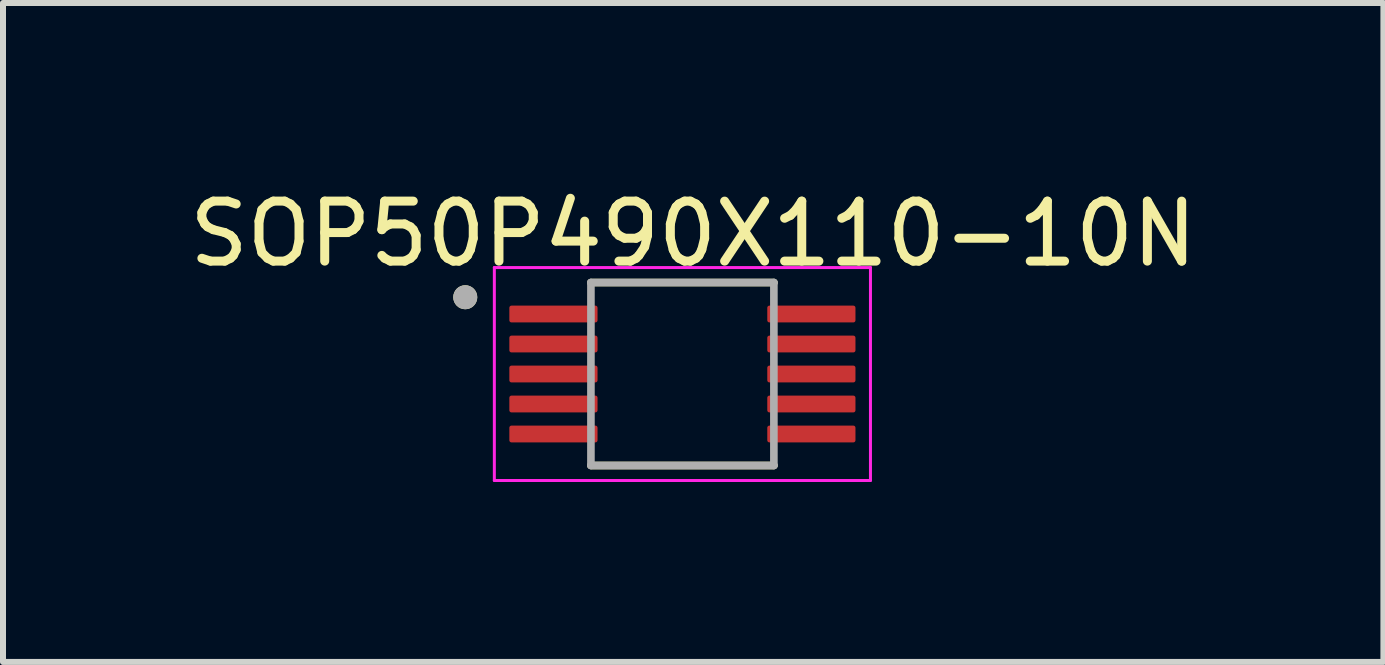
<source format=kicad_pcb>
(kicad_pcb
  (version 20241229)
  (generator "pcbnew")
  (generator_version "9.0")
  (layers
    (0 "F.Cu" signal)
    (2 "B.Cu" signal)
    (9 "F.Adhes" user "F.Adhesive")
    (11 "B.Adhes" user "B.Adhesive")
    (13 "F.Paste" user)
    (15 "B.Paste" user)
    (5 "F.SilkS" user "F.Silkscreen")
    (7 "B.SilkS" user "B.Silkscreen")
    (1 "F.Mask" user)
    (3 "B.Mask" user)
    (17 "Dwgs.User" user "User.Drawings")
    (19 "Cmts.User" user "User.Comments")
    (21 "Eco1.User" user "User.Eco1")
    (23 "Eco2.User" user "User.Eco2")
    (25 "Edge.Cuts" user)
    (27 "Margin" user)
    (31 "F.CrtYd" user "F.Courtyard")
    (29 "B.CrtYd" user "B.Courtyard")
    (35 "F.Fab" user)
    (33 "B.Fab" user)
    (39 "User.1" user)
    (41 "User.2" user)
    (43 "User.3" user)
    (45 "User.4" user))
  (footprint "SOP50P490X110-10N"
    (layer "F.Cu")
    (at 8.326 3.185)
    (property "Reference" "SOP50P490X110-10N" (at 0.18 -2.337 0) (layer "F.SilkS") (effects (font (size 1 1) (thickness 0.15))))
    (attr smd)
    (fp_line (start -1.525 -1.525) (end 1.525 -1.525) (stroke (width 0.127) (type solid)) (layer "F.SilkS"))
    (fp_line (start -1.525 1.525) (end 1.525 1.525) (stroke (width 0.127) (type solid)) (layer "F.SilkS"))
    (fp_circle (center -3.62 -1.28) (end -3.52 -1.28) (stroke (width 0.2) (type solid)) (fill no) (layer "F.SilkS"))
    (fp_line (start -3.135 -1.775) (end -3.135 1.775) (stroke (width 0.05) (type solid)) (layer "F.CrtYd"))
    (fp_line (start -3.135 -1.775) (end 3.135 -1.775) (stroke (width 0.05) (type solid)) (layer "F.CrtYd"))
    (fp_line (start -3.135 1.775) (end 3.135 1.775) (stroke (width 0.05) (type solid)) (layer "F.CrtYd"))
    (fp_line (start 3.135 -1.775) (end 3.135 1.775) (stroke (width 0.05) (type solid)) (layer "F.CrtYd"))
    (fp_line (start -1.525 -1.525) (end -1.525 1.525) (stroke (width 0.127) (type solid)) (layer "F.Fab"))
    (fp_line (start -1.525 -1.525) (end 1.525 -1.525) (stroke (width 0.127) (type solid)) (layer "F.Fab"))
    (fp_line (start -1.525 1.525) (end 1.525 1.525) (stroke (width 0.127) (type solid)) (layer "F.Fab"))
    (fp_line (start 1.525 -1.525) (end 1.525 1.525) (stroke (width 0.127) (type solid)) (layer "F.Fab"))
    (fp_circle (center -3.62 -1.28) (end -3.52 -1.28) (stroke (width 0.2) (type solid)) (fill no) (layer "F.Fab"))
    (pad "1" smd roundrect (at -2.15 -1) (size 1.47 0.28) (layers "F.Cu" "F.Mask" "F.Paste") (roundrect_rratio 0.125))
    (pad "2" smd roundrect (at -2.15 -0.5) (size 1.47 0.28) (layers "F.Cu" "F.Mask" "F.Paste") (roundrect_rratio 0.125))
    (pad "3" smd roundrect (at -2.15 0) (size 1.47 0.28) (layers "F.Cu" "F.Mask" "F.Paste") (roundrect_rratio 0.125))
    (pad "4" smd roundrect (at -2.15 0.5) (size 1.47 0.28) (layers "F.Cu" "F.Mask" "F.Paste") (roundrect_rratio 0.125))
    (pad "5" smd roundrect (at -2.15 1) (size 1.47 0.28) (layers "F.Cu" "F.Mask" "F.Paste") (roundrect_rratio 0.125))
    (pad "6" smd roundrect (at 2.15 1) (size 1.47 0.28) (layers "F.Cu" "F.Mask" "F.Paste") (roundrect_rratio 0.125))
    (pad "7" smd roundrect (at 2.15 0.5) (size 1.47 0.28) (layers "F.Cu" "F.Mask" "F.Paste") (roundrect_rratio 0.125))
    (pad "8" smd roundrect (at 2.15 0) (size 1.47 0.28) (layers "F.Cu" "F.Mask" "F.Paste") (roundrect_rratio 0.125))
    (pad "9" smd roundrect (at 2.15 -0.5) (size 1.47 0.28) (layers "F.Cu" "F.Mask" "F.Paste") (roundrect_rratio 0.125))
    (pad "10" smd roundrect (at 2.15 -1) (size 1.47 0.28) (layers "F.Cu" "F.Mask" "F.Paste") (roundrect_rratio 0.125)))
  (gr_rect
    (start -3 -3)
    (end 20.012 7.985)
    (stroke (width 0.1) (type default))
    (fill no)
    (layer "Edge.Cuts")))
</source>
